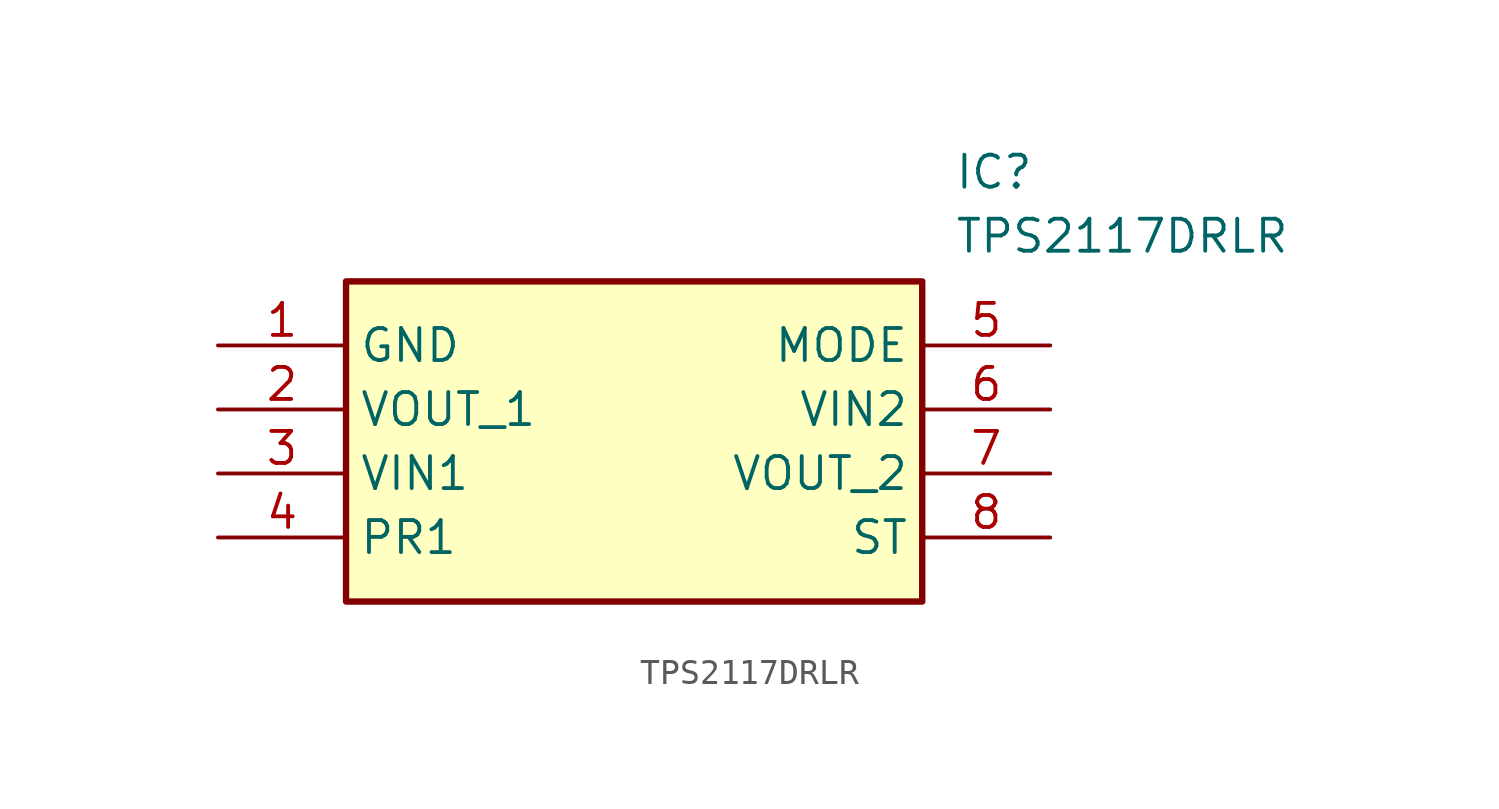
<source format=kicad_sym>
(kicad_symbol_lib
  (version 20211014)
  (generator SamacSys_ECAD_Model)
  (symbol "TPS2117DRLR"
    (property "Reference" "IC"
      (at 29.21 7.62 0)
      (effects (font (size 1.27 1.27)) (justify left top)))
    (property "Value" "TPS2117DRLR"
      (at 29.21 5.08 0)
      (effects (font (size 1.27 1.27)) (justify left top)))
    (rectangle
      (start 5.08 2.54)
      (end 27.94 -10.16)
      (stroke (width 0.254) (type default))
      (fill (type background)))
    (pin passive line
      (at 0 0 0)
      (length 5.08)
      (name "GND" (effects (font (size 1.27 1.27))))
      (number "1" (effects (font (size 1.27 1.27)))))
    (pin passive line
      (at 0 -2.54 0)
      (length 5.08)
      (name "VOUT_1" (effects (font (size 1.27 1.27))))
      (number "2" (effects (font (size 1.27 1.27)))))
    (pin passive line
      (at 0 -5.08 0)
      (length 5.08)
      (name "VIN1" (effects (font (size 1.27 1.27))))
      (number "3" (effects (font (size 1.27 1.27)))))
    (pin passive line
      (at 0 -7.62 0)
      (length 5.08)
      (name "PR1" (effects (font (size 1.27 1.27))))
      (number "4" (effects (font (size 1.27 1.27)))))
    (pin passive line
      (at 33.02 0 180)
      (length 5.08)
      (name "MODE" (effects (font (size 1.27 1.27))))
      (number "5" (effects (font (size 1.27 1.27)))))
    (pin passive line
      (at 33.02 -2.54 180)
      (length 5.08)
      (name "VIN2" (effects (font (size 1.27 1.27))))
      (number "6" (effects (font (size 1.27 1.27)))))
    (pin passive line
      (at 33.02 -5.08 180)
      (length 5.08)
      (name "VOUT_2" (effects (font (size 1.27 1.27))))
      (number "7" (effects (font (size 1.27 1.27)))))
    (pin passive line
      (at 33.02 -7.62 180)
      (length 5.08)
      (name "ST" (effects (font (size 1.27 1.27))))
      (number "8" (effects (font (size 1.27 1.27)))))))
</source>
